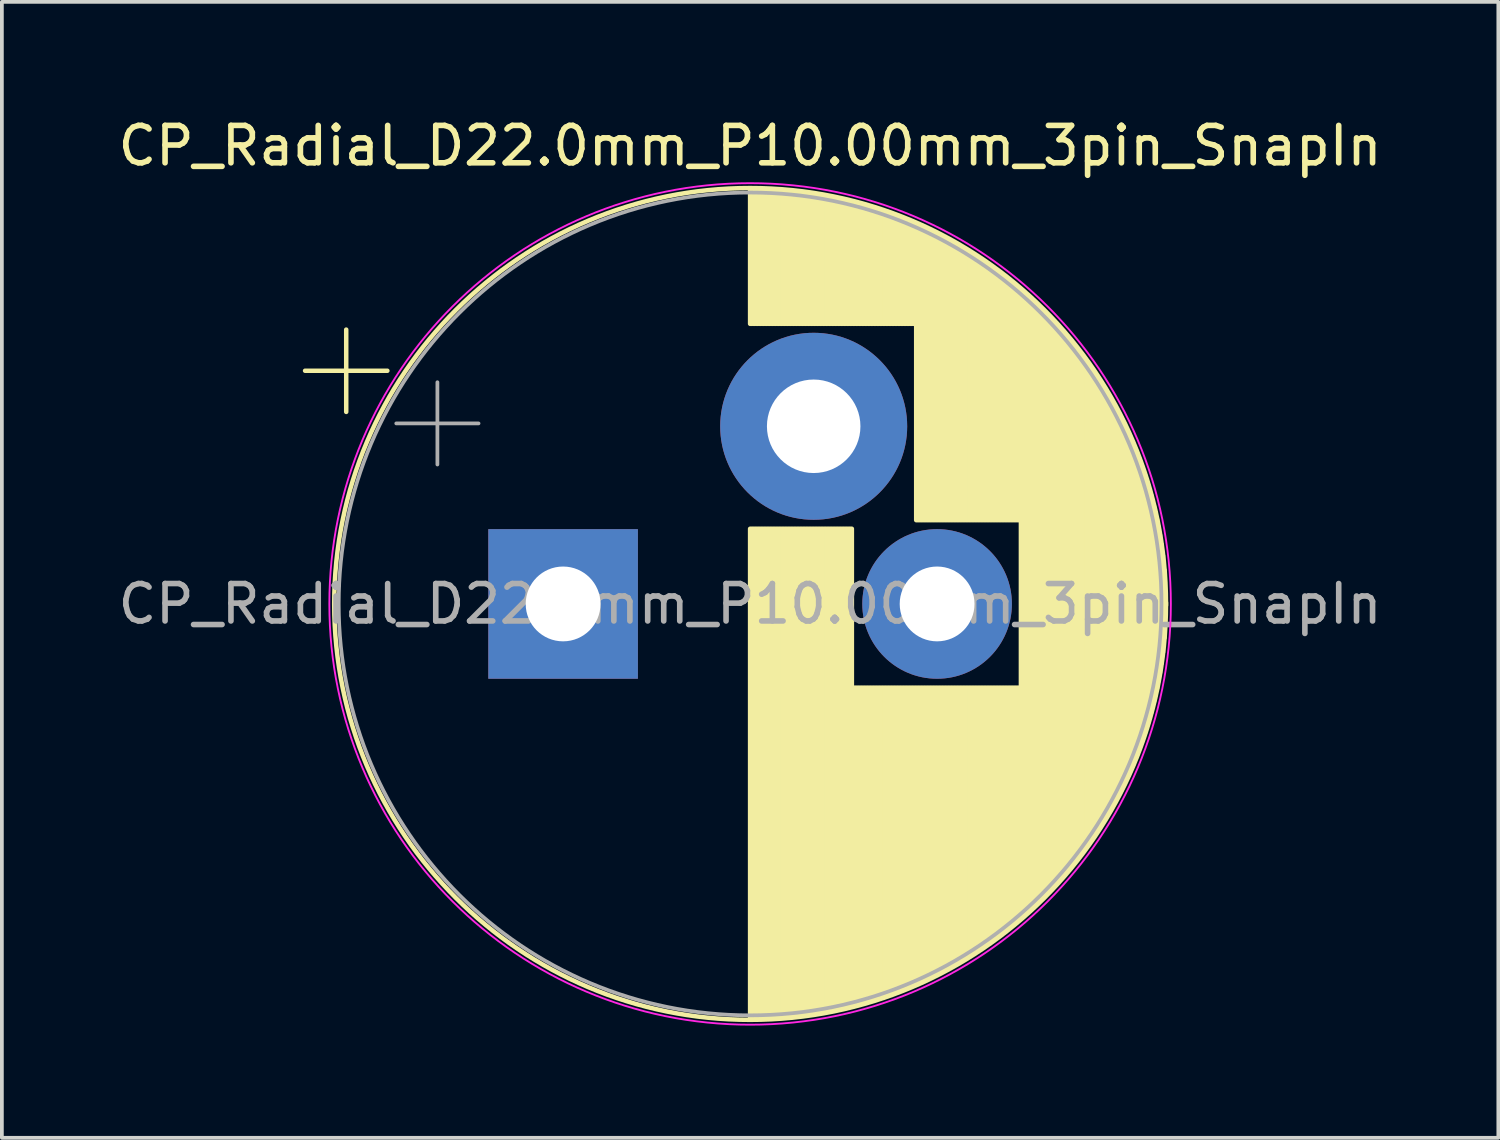
<source format=kicad_pcb>
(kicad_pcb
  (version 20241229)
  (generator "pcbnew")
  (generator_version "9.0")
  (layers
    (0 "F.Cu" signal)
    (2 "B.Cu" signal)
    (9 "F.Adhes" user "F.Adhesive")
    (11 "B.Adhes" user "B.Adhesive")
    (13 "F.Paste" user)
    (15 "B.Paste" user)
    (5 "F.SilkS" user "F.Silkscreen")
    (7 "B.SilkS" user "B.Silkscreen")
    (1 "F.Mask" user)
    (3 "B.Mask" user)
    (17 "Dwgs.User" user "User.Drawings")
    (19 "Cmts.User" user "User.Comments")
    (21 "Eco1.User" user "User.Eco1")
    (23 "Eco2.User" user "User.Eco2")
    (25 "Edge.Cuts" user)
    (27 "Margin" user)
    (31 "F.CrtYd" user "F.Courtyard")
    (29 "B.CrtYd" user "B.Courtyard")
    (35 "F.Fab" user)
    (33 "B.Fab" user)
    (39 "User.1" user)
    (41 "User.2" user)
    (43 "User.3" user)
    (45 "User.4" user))
  (footprint "CP_Radial_D22.0mm_P10.00mm_3pin_SnapIn"
    (layer "F.Cu")
    (at 12.006 13.098)
    (property "Reference" "CP_Radial_D22.0mm_P10.00mm_3pin_SnapIn" (at 5 -12.25 0) (layer "F.SilkS") (effects (font (size 1 1) (thickness 0.15))))
    (attr through_hole)
    (fp_line (start -6.899 -6.235) (end -4.699 -6.235) (stroke (width 0.12) (type solid)) (layer "F.SilkS"))
    (fp_line (start -5.799 -7.335) (end -5.799 -5.135) (stroke (width 0.12) (type solid)) (layer "F.SilkS"))
    (fp_line (start 5 -11.081) (end 5 -7.49) (stroke (width 0.12) (type solid)) (layer "F.SilkS"))
    (fp_line (start 5 -2.01) (end 5 11.081) (stroke (width 0.12) (type solid)) (layer "F.SilkS"))
    (fp_line (start 5.04 -11.08) (end 5.04 -7.49) (stroke (width 0.12) (type solid)) (layer "F.SilkS"))
    (fp_line (start 5.04 -2.01) (end 5.04 11.08) (stroke (width 0.12) (type solid)) (layer "F.SilkS"))
    (fp_line (start 5.08 -11.08) (end 5.08 -7.49) (stroke (width 0.12) (type solid)) (layer "F.SilkS"))
    (fp_line (start 5.08 -2.01) (end 5.08 11.08) (stroke (width 0.12) (type solid)) (layer "F.SilkS"))
    (fp_line (start 5.12 -11.08) (end 5.12 -7.49) (stroke (width 0.12) (type solid)) (layer "F.SilkS"))
    (fp_line (start 5.12 -2.01) (end 5.12 11.08) (stroke (width 0.12) (type solid)) (layer "F.SilkS"))
    (fp_line (start 5.16 -11.079) (end 5.16 -7.49) (stroke (width 0.12) (type solid)) (layer "F.SilkS"))
    (fp_line (start 5.16 -2.01) (end 5.16 11.079) (stroke (width 0.12) (type solid)) (layer "F.SilkS"))
    (fp_line (start 5.2 -11.079) (end 5.2 -7.49) (stroke (width 0.12) (type solid)) (layer "F.SilkS"))
    (fp_line (start 5.2 -2.01) (end 5.2 11.079) (stroke (width 0.12) (type solid)) (layer "F.SilkS"))
    (fp_line (start 5.24 -11.078) (end 5.24 -7.49) (stroke (width 0.12) (type solid)) (layer "F.SilkS"))
    (fp_line (start 5.24 -2.01) (end 5.24 11.078) (stroke (width 0.12) (type solid)) (layer "F.SilkS"))
    (fp_line (start 5.28 -11.077) (end 5.28 -7.49) (stroke (width 0.12) (type solid)) (layer "F.SilkS"))
    (fp_line (start 5.28 -2.01) (end 5.28 11.077) (stroke (width 0.12) (type solid)) (layer "F.SilkS"))
    (fp_line (start 5.32 -11.076) (end 5.32 -7.49) (stroke (width 0.12) (type solid)) (layer "F.SilkS"))
    (fp_line (start 5.32 -2.01) (end 5.32 11.076) (stroke (width 0.12) (type solid)) (layer "F.SilkS"))
    (fp_line (start 5.36 -11.075) (end 5.36 -7.49) (stroke (width 0.12) (type solid)) (layer "F.SilkS"))
    (fp_line (start 5.36 -2.01) (end 5.36 11.075) (stroke (width 0.12) (type solid)) (layer "F.SilkS"))
    (fp_line (start 5.4 -11.073) (end 5.4 -7.49) (stroke (width 0.12) (type solid)) (layer "F.SilkS"))
    (fp_line (start 5.4 -2.01) (end 5.4 11.073) (stroke (width 0.12) (type solid)) (layer "F.SilkS"))
    (fp_line (start 5.44 -11.072) (end 5.44 -7.49) (stroke (width 0.12) (type solid)) (layer "F.SilkS"))
    (fp_line (start 5.44 -2.01) (end 5.44 11.072) (stroke (width 0.12) (type solid)) (layer "F.SilkS"))
    (fp_line (start 5.48 -11.07) (end 5.48 -7.49) (stroke (width 0.12) (type solid)) (layer "F.SilkS"))
    (fp_line (start 5.48 -2.01) (end 5.48 11.07) (stroke (width 0.12) (type solid)) (layer "F.SilkS"))
    (fp_line (start 5.52 -11.068) (end 5.52 -7.49) (stroke (width 0.12) (type solid)) (layer "F.SilkS"))
    (fp_line (start 5.52 -2.01) (end 5.52 11.068) (stroke (width 0.12) (type solid)) (layer "F.SilkS"))
    (fp_line (start 5.56 -11.066) (end 5.56 -7.49) (stroke (width 0.12) (type solid)) (layer "F.SilkS"))
    (fp_line (start 5.56 -2.01) (end 5.56 11.066) (stroke (width 0.12) (type solid)) (layer "F.SilkS"))
    (fp_line (start 5.6 -11.064) (end 5.6 -7.49) (stroke (width 0.12) (type solid)) (layer "F.SilkS"))
    (fp_line (start 5.6 -2.01) (end 5.6 11.064) (stroke (width 0.12) (type solid)) (layer "F.SilkS"))
    (fp_line (start 5.64 -11.062) (end 5.64 -7.49) (stroke (width 0.12) (type solid)) (layer "F.SilkS"))
    (fp_line (start 5.64 -2.01) (end 5.64 11.062) (stroke (width 0.12) (type solid)) (layer "F.SilkS"))
    (fp_line (start 5.68 -11.06) (end 5.68 -7.49) (stroke (width 0.12) (type solid)) (layer "F.SilkS"))
    (fp_line (start 5.68 -2.01) (end 5.68 11.06) (stroke (width 0.12) (type solid)) (layer "F.SilkS"))
    (fp_line (start 5.721 -11.057) (end 5.721 -7.49) (stroke (width 0.12) (type solid)) (layer "F.SilkS"))
    (fp_line (start 5.721 -2.01) (end 5.721 11.057) (stroke (width 0.12) (type solid)) (layer "F.SilkS"))
    (fp_line (start 5.761 -11.054) (end 5.761 -7.49) (stroke (width 0.12) (type solid)) (layer "F.SilkS"))
    (fp_line (start 5.761 -2.01) (end 5.761 11.054) (stroke (width 0.12) (type solid)) (layer "F.SilkS"))
    (fp_line (start 5.801 -11.052) (end 5.801 -7.49) (stroke (width 0.12) (type solid)) (layer "F.SilkS"))
    (fp_line (start 5.801 -2.01) (end 5.801 11.052) (stroke (width 0.12) (type solid)) (layer "F.SilkS"))
    (fp_line (start 5.841 -11.049) (end 5.841 -7.49) (stroke (width 0.12) (type solid)) (layer "F.SilkS"))
    (fp_line (start 5.841 -2.01) (end 5.841 11.049) (stroke (width 0.12) (type solid)) (layer "F.SilkS"))
    (fp_line (start 5.881 -11.046) (end 5.881 -7.49) (stroke (width 0.12) (type solid)) (layer "F.SilkS"))
    (fp_line (start 5.881 -2.01) (end 5.881 11.046) (stroke (width 0.12) (type solid)) (layer "F.SilkS"))
    (fp_line (start 5.921 -11.042) (end 5.921 -7.49) (stroke (width 0.12) (type solid)) (layer "F.SilkS"))
    (fp_line (start 5.921 -2.01) (end 5.921 11.042) (stroke (width 0.12) (type solid)) (layer "F.SilkS"))
    (fp_line (start 5.961 -11.039) (end 5.961 -7.49) (stroke (width 0.12) (type solid)) (layer "F.SilkS"))
    (fp_line (start 5.961 -2.01) (end 5.961 11.039) (stroke (width 0.12) (type solid)) (layer "F.SilkS"))
    (fp_line (start 6.001 -11.035) (end 6.001 -7.49) (stroke (width 0.12) (type solid)) (layer "F.SilkS"))
    (fp_line (start 6.001 -2.01) (end 6.001 11.035) (stroke (width 0.12) (type solid)) (layer "F.SilkS"))
    (fp_line (start 6.041 -11.032) (end 6.041 -7.49) (stroke (width 0.12) (type solid)) (layer "F.SilkS"))
    (fp_line (start 6.041 -2.01) (end 6.041 11.032) (stroke (width 0.12) (type solid)) (layer "F.SilkS"))
    (fp_line (start 6.081 -11.028) (end 6.081 -7.49) (stroke (width 0.12) (type solid)) (layer "F.SilkS"))
    (fp_line (start 6.081 -2.01) (end 6.081 11.028) (stroke (width 0.12) (type solid)) (layer "F.SilkS"))
    (fp_line (start 6.121 -11.024) (end 6.121 -7.49) (stroke (width 0.12) (type solid)) (layer "F.SilkS"))
    (fp_line (start 6.121 -2.01) (end 6.121 11.024) (stroke (width 0.12) (type solid)) (layer "F.SilkS"))
    (fp_line (start 6.161 -11.02) (end 6.161 -7.49) (stroke (width 0.12) (type solid)) (layer "F.SilkS"))
    (fp_line (start 6.161 -2.01) (end 6.161 11.02) (stroke (width 0.12) (type solid)) (layer "F.SilkS"))
    (fp_line (start 6.201 -11.016) (end 6.201 -7.49) (stroke (width 0.12) (type solid)) (layer "F.SilkS"))
    (fp_line (start 6.201 -2.01) (end 6.201 11.016) (stroke (width 0.12) (type solid)) (layer "F.SilkS"))
    (fp_line (start 6.241 -11.011) (end 6.241 -7.49) (stroke (width 0.12) (type solid)) (layer "F.SilkS"))
    (fp_line (start 6.241 -2.01) (end 6.241 11.011) (stroke (width 0.12) (type solid)) (layer "F.SilkS"))
    (fp_line (start 6.281 -11.007) (end 6.281 -7.49) (stroke (width 0.12) (type solid)) (layer "F.SilkS"))
    (fp_line (start 6.281 -2.01) (end 6.281 11.007) (stroke (width 0.12) (type solid)) (layer "F.SilkS"))
    (fp_line (start 6.321 -11.002) (end 6.321 -7.49) (stroke (width 0.12) (type solid)) (layer "F.SilkS"))
    (fp_line (start 6.321 -2.01) (end 6.321 11.002) (stroke (width 0.12) (type solid)) (layer "F.SilkS"))
    (fp_line (start 6.361 -10.997) (end 6.361 -7.49) (stroke (width 0.12) (type solid)) (layer "F.SilkS"))
    (fp_line (start 6.361 -2.01) (end 6.361 10.997) (stroke (width 0.12) (type solid)) (layer "F.SilkS"))
    (fp_line (start 6.401 -10.992) (end 6.401 -7.49) (stroke (width 0.12) (type solid)) (layer "F.SilkS"))
    (fp_line (start 6.401 -2.01) (end 6.401 10.992) (stroke (width 0.12) (type solid)) (layer "F.SilkS"))
    (fp_line (start 6.441 -10.987) (end 6.441 -7.49) (stroke (width 0.12) (type solid)) (layer "F.SilkS"))
    (fp_line (start 6.441 -2.01) (end 6.441 10.987) (stroke (width 0.12) (type solid)) (layer "F.SilkS"))
    (fp_line (start 6.481 -10.982) (end 6.481 -7.49) (stroke (width 0.12) (type solid)) (layer "F.SilkS"))
    (fp_line (start 6.481 -2.01) (end 6.481 10.982) (stroke (width 0.12) (type solid)) (layer "F.SilkS"))
    (fp_line (start 6.521 -10.976) (end 6.521 -7.49) (stroke (width 0.12) (type solid)) (layer "F.SilkS"))
    (fp_line (start 6.521 -2.01) (end 6.521 10.976) (stroke (width 0.12) (type solid)) (layer "F.SilkS"))
    (fp_line (start 6.561 -10.971) (end 6.561 -7.49) (stroke (width 0.12) (type solid)) (layer "F.SilkS"))
    (fp_line (start 6.561 -2.01) (end 6.561 10.971) (stroke (width 0.12) (type solid)) (layer "F.SilkS"))
    (fp_line (start 6.601 -10.965) (end 6.601 -7.49) (stroke (width 0.12) (type solid)) (layer "F.SilkS"))
    (fp_line (start 6.601 -2.01) (end 6.601 10.965) (stroke (width 0.12) (type solid)) (layer "F.SilkS"))
    (fp_line (start 6.641 -10.959) (end 6.641 -7.49) (stroke (width 0.12) (type solid)) (layer "F.SilkS"))
    (fp_line (start 6.641 -2.01) (end 6.641 10.959) (stroke (width 0.12) (type solid)) (layer "F.SilkS"))
    (fp_line (start 6.681 -10.953) (end 6.681 -7.49) (stroke (width 0.12) (type solid)) (layer "F.SilkS"))
    (fp_line (start 6.681 -2.01) (end 6.681 10.953) (stroke (width 0.12) (type solid)) (layer "F.SilkS"))
    (fp_line (start 6.721 -10.947) (end 6.721 -7.49) (stroke (width 0.12) (type solid)) (layer "F.SilkS"))
    (fp_line (start 6.721 -2.01) (end 6.721 10.947) (stroke (width 0.12) (type solid)) (layer "F.SilkS"))
    (fp_line (start 6.761 -10.94) (end 6.761 -7.49) (stroke (width 0.12) (type solid)) (layer "F.SilkS"))
    (fp_line (start 6.761 -2.01) (end 6.761 10.94) (stroke (width 0.12) (type solid)) (layer "F.SilkS"))
    (fp_line (start 6.801 -10.934) (end 6.801 -7.49) (stroke (width 0.12) (type solid)) (layer "F.SilkS"))
    (fp_line (start 6.801 -2.01) (end 6.801 10.934) (stroke (width 0.12) (type solid)) (layer "F.SilkS"))
    (fp_line (start 6.841 -10.927) (end 6.841 -7.49) (stroke (width 0.12) (type solid)) (layer "F.SilkS"))
    (fp_line (start 6.841 -2.01) (end 6.841 10.927) (stroke (width 0.12) (type solid)) (layer "F.SilkS"))
    (fp_line (start 6.881 -10.92) (end 6.881 -7.49) (stroke (width 0.12) (type solid)) (layer "F.SilkS"))
    (fp_line (start 6.881 -2.01) (end 6.881 10.92) (stroke (width 0.12) (type solid)) (layer "F.SilkS"))
    (fp_line (start 6.921 -10.913) (end 6.921 -7.49) (stroke (width 0.12) (type solid)) (layer "F.SilkS"))
    (fp_line (start 6.921 -2.01) (end 6.921 10.913) (stroke (width 0.12) (type solid)) (layer "F.SilkS"))
    (fp_line (start 6.961 -10.906) (end 6.961 -7.49) (stroke (width 0.12) (type solid)) (layer "F.SilkS"))
    (fp_line (start 6.961 -2.01) (end 6.961 10.906) (stroke (width 0.12) (type solid)) (layer "F.SilkS"))
    (fp_line (start 7.001 -10.899) (end 7.001 -7.49) (stroke (width 0.12) (type solid)) (layer "F.SilkS"))
    (fp_line (start 7.001 -2.01) (end 7.001 10.899) (stroke (width 0.12) (type solid)) (layer "F.SilkS"))
    (fp_line (start 7.041 -10.892) (end 7.041 -7.49) (stroke (width 0.12) (type solid)) (layer "F.SilkS"))
    (fp_line (start 7.041 -2.01) (end 7.041 10.892) (stroke (width 0.12) (type solid)) (layer "F.SilkS"))
    (fp_line (start 7.081 -10.884) (end 7.081 -7.49) (stroke (width 0.12) (type solid)) (layer "F.SilkS"))
    (fp_line (start 7.081 -2.01) (end 7.081 10.884) (stroke (width 0.12) (type solid)) (layer "F.SilkS"))
    (fp_line (start 7.121 -10.877) (end 7.121 -7.49) (stroke (width 0.12) (type solid)) (layer "F.SilkS"))
    (fp_line (start 7.121 -2.01) (end 7.121 10.877) (stroke (width 0.12) (type solid)) (layer "F.SilkS"))
    (fp_line (start 7.161 -10.869) (end 7.161 -7.49) (stroke (width 0.12) (type solid)) (layer "F.SilkS"))
    (fp_line (start 7.161 -2.01) (end 7.161 10.869) (stroke (width 0.12) (type solid)) (layer "F.SilkS"))
    (fp_line (start 7.201 -10.861) (end 7.201 -7.49) (stroke (width 0.12) (type solid)) (layer "F.SilkS"))
    (fp_line (start 7.201 -2.01) (end 7.201 10.861) (stroke (width 0.12) (type solid)) (layer "F.SilkS"))
    (fp_line (start 7.241 -10.853) (end 7.241 -7.49) (stroke (width 0.12) (type solid)) (layer "F.SilkS"))
    (fp_line (start 7.241 -2.01) (end 7.241 10.853) (stroke (width 0.12) (type solid)) (layer "F.SilkS"))
    (fp_line (start 7.281 -10.844) (end 7.281 -7.49) (stroke (width 0.12) (type solid)) (layer "F.SilkS"))
    (fp_line (start 7.281 -2.01) (end 7.281 10.844) (stroke (width 0.12) (type solid)) (layer "F.SilkS"))
    (fp_line (start 7.321 -10.836) (end 7.321 -7.49) (stroke (width 0.12) (type solid)) (layer "F.SilkS"))
    (fp_line (start 7.321 -2.01) (end 7.321 10.836) (stroke (width 0.12) (type solid)) (layer "F.SilkS"))
    (fp_line (start 7.361 -10.827) (end 7.361 -7.49) (stroke (width 0.12) (type solid)) (layer "F.SilkS"))
    (fp_line (start 7.361 -2.01) (end 7.361 10.827) (stroke (width 0.12) (type solid)) (layer "F.SilkS"))
    (fp_line (start 7.401 -10.818) (end 7.401 -7.49) (stroke (width 0.12) (type solid)) (layer "F.SilkS"))
    (fp_line (start 7.401 -2.01) (end 7.401 10.818) (stroke (width 0.12) (type solid)) (layer "F.SilkS"))
    (fp_line (start 7.441 -10.809) (end 7.441 -7.49) (stroke (width 0.12) (type solid)) (layer "F.SilkS"))
    (fp_line (start 7.441 -2.01) (end 7.441 10.809) (stroke (width 0.12) (type solid)) (layer "F.SilkS"))
    (fp_line (start 7.481 -10.8) (end 7.481 -7.49) (stroke (width 0.12) (type solid)) (layer "F.SilkS"))
    (fp_line (start 7.481 -2.01) (end 7.481 10.8) (stroke (width 0.12) (type solid)) (layer "F.SilkS"))
    (fp_line (start 7.521 -10.791) (end 7.521 -7.49) (stroke (width 0.12) (type solid)) (layer "F.SilkS"))
    (fp_line (start 7.521 -2.01) (end 7.521 10.791) (stroke (width 0.12) (type solid)) (layer "F.SilkS"))
    (fp_line (start 7.561 -10.782) (end 7.561 -7.49) (stroke (width 0.12) (type solid)) (layer "F.SilkS"))
    (fp_line (start 7.561 -2.01) (end 7.561 10.782) (stroke (width 0.12) (type solid)) (layer "F.SilkS"))
    (fp_line (start 7.601 -10.772) (end 7.601 -7.49) (stroke (width 0.12) (type solid)) (layer "F.SilkS"))
    (fp_line (start 7.601 -2.01) (end 7.601 10.772) (stroke (width 0.12) (type solid)) (layer "F.SilkS"))
    (fp_line (start 7.641 -10.763) (end 7.641 -7.49) (stroke (width 0.12) (type solid)) (layer "F.SilkS"))
    (fp_line (start 7.641 -2.01) (end 7.641 10.763) (stroke (width 0.12) (type solid)) (layer "F.SilkS"))
    (fp_line (start 7.681 -10.753) (end 7.681 -7.49) (stroke (width 0.12) (type solid)) (layer "F.SilkS"))
    (fp_line (start 7.681 -2.01) (end 7.681 10.753) (stroke (width 0.12) (type solid)) (layer "F.SilkS"))
    (fp_line (start 7.721 -10.743) (end 7.721 -7.49) (stroke (width 0.12) (type solid)) (layer "F.SilkS"))
    (fp_line (start 7.721 -2.01) (end 7.721 10.743) (stroke (width 0.12) (type solid)) (layer "F.SilkS"))
    (fp_line (start 7.761 -10.733) (end 7.761 -7.49) (stroke (width 0.12) (type solid)) (layer "F.SilkS"))
    (fp_line (start 7.761 2.24) (end 7.761 10.733) (stroke (width 0.12) (type solid)) (layer "F.SilkS"))
    (fp_line (start 7.801 -10.722) (end 7.801 -7.49) (stroke (width 0.12) (type solid)) (layer "F.SilkS"))
    (fp_line (start 7.801 2.24) (end 7.801 10.722) (stroke (width 0.12) (type solid)) (layer "F.SilkS"))
    (fp_line (start 7.841 -10.712) (end 7.841 -7.49) (stroke (width 0.12) (type solid)) (layer "F.SilkS"))
    (fp_line (start 7.841 2.24) (end 7.841 10.712) (stroke (width 0.12) (type solid)) (layer "F.SilkS"))
    (fp_line (start 7.881 -10.701) (end 7.881 -7.49) (stroke (width 0.12) (type solid)) (layer "F.SilkS"))
    (fp_line (start 7.881 2.24) (end 7.881 10.701) (stroke (width 0.12) (type solid)) (layer "F.SilkS"))
    (fp_line (start 7.921 -10.69) (end 7.921 -7.49) (stroke (width 0.12) (type solid)) (layer "F.SilkS"))
    (fp_line (start 7.921 2.24) (end 7.921 10.69) (stroke (width 0.12) (type solid)) (layer "F.SilkS"))
    (fp_line (start 7.961 -10.679) (end 7.961 -7.49) (stroke (width 0.12) (type solid)) (layer "F.SilkS"))
    (fp_line (start 7.961 2.24) (end 7.961 10.679) (stroke (width 0.12) (type solid)) (layer "F.SilkS"))
    (fp_line (start 8.001 -10.668) (end 8.001 -7.49) (stroke (width 0.12) (type solid)) (layer "F.SilkS"))
    (fp_line (start 8.001 2.24) (end 8.001 10.668) (stroke (width 0.12) (type solid)) (layer "F.SilkS"))
    (fp_line (start 8.041 -10.657) (end 8.041 -7.49) (stroke (width 0.12) (type solid)) (layer "F.SilkS"))
    (fp_line (start 8.041 2.24) (end 8.041 10.657) (stroke (width 0.12) (type solid)) (layer "F.SilkS"))
    (fp_line (start 8.081 -10.645) (end 8.081 -7.49) (stroke (width 0.12) (type solid)) (layer "F.SilkS"))
    (fp_line (start 8.081 2.24) (end 8.081 10.645) (stroke (width 0.12) (type solid)) (layer "F.SilkS"))
    (fp_line (start 8.121 -10.634) (end 8.121 -7.49) (stroke (width 0.12) (type solid)) (layer "F.SilkS"))
    (fp_line (start 8.121 2.24) (end 8.121 10.634) (stroke (width 0.12) (type solid)) (layer "F.SilkS"))
    (fp_line (start 8.161 -10.622) (end 8.161 -7.49) (stroke (width 0.12) (type solid)) (layer "F.SilkS"))
    (fp_line (start 8.161 2.24) (end 8.161 10.622) (stroke (width 0.12) (type solid)) (layer "F.SilkS"))
    (fp_line (start 8.201 -10.61) (end 8.201 -7.49) (stroke (width 0.12) (type solid)) (layer "F.SilkS"))
    (fp_line (start 8.201 2.24) (end 8.201 10.61) (stroke (width 0.12) (type solid)) (layer "F.SilkS"))
    (fp_line (start 8.241 -10.598) (end 8.241 -7.49) (stroke (width 0.12) (type solid)) (layer "F.SilkS"))
    (fp_line (start 8.241 2.24) (end 8.241 10.598) (stroke (width 0.12) (type solid)) (layer "F.SilkS"))
    (fp_line (start 8.281 -10.586) (end 8.281 -7.49) (stroke (width 0.12) (type solid)) (layer "F.SilkS"))
    (fp_line (start 8.281 2.24) (end 8.281 10.586) (stroke (width 0.12) (type solid)) (layer "F.SilkS"))
    (fp_line (start 8.321 -10.573) (end 8.321 -7.49) (stroke (width 0.12) (type solid)) (layer "F.SilkS"))
    (fp_line (start 8.321 2.24) (end 8.321 10.573) (stroke (width 0.12) (type solid)) (layer "F.SilkS"))
    (fp_line (start 8.361 -10.561) (end 8.361 -7.49) (stroke (width 0.12) (type solid)) (layer "F.SilkS"))
    (fp_line (start 8.361 2.24) (end 8.361 10.561) (stroke (width 0.12) (type solid)) (layer "F.SilkS"))
    (fp_line (start 8.401 -10.548) (end 8.401 -7.49) (stroke (width 0.12) (type solid)) (layer "F.SilkS"))
    (fp_line (start 8.401 2.24) (end 8.401 10.548) (stroke (width 0.12) (type solid)) (layer "F.SilkS"))
    (fp_line (start 8.441 -10.535) (end 8.441 -7.49) (stroke (width 0.12) (type solid)) (layer "F.SilkS"))
    (fp_line (start 8.441 2.24) (end 8.441 10.535) (stroke (width 0.12) (type solid)) (layer "F.SilkS"))
    (fp_line (start 8.481 -10.522) (end 8.481 -7.49) (stroke (width 0.12) (type solid)) (layer "F.SilkS"))
    (fp_line (start 8.481 2.24) (end 8.481 10.522) (stroke (width 0.12) (type solid)) (layer "F.SilkS"))
    (fp_line (start 8.521 -10.509) (end 8.521 -7.49) (stroke (width 0.12) (type solid)) (layer "F.SilkS"))
    (fp_line (start 8.521 2.24) (end 8.521 10.509) (stroke (width 0.12) (type solid)) (layer "F.SilkS"))
    (fp_line (start 8.561 -10.495) (end 8.561 -7.49) (stroke (width 0.12) (type solid)) (layer "F.SilkS"))
    (fp_line (start 8.561 2.24) (end 8.561 10.495) (stroke (width 0.12) (type solid)) (layer "F.SilkS"))
    (fp_line (start 8.601 -10.482) (end 8.601 -7.49) (stroke (width 0.12) (type solid)) (layer "F.SilkS"))
    (fp_line (start 8.601 2.24) (end 8.601 10.482) (stroke (width 0.12) (type solid)) (layer "F.SilkS"))
    (fp_line (start 8.641 -10.468) (end 8.641 -7.49) (stroke (width 0.12) (type solid)) (layer "F.SilkS"))
    (fp_line (start 8.641 2.24) (end 8.641 10.468) (stroke (width 0.12) (type solid)) (layer "F.SilkS"))
    (fp_line (start 8.681 -10.454) (end 8.681 -7.49) (stroke (width 0.12) (type solid)) (layer "F.SilkS"))
    (fp_line (start 8.681 2.24) (end 8.681 10.454) (stroke (width 0.12) (type solid)) (layer "F.SilkS"))
    (fp_line (start 8.721 -10.44) (end 8.721 -7.49) (stroke (width 0.12) (type solid)) (layer "F.SilkS"))
    (fp_line (start 8.721 2.24) (end 8.721 10.44) (stroke (width 0.12) (type solid)) (layer "F.SilkS"))
    (fp_line (start 8.761 -10.426) (end 8.761 -7.49) (stroke (width 0.12) (type solid)) (layer "F.SilkS"))
    (fp_line (start 8.761 2.24) (end 8.761 10.426) (stroke (width 0.12) (type solid)) (layer "F.SilkS"))
    (fp_line (start 8.801 -10.411) (end 8.801 -7.49) (stroke (width 0.12) (type solid)) (layer "F.SilkS"))
    (fp_line (start 8.801 2.24) (end 8.801 10.411) (stroke (width 0.12) (type solid)) (layer "F.SilkS"))
    (fp_line (start 8.841 -10.396) (end 8.841 -7.49) (stroke (width 0.12) (type solid)) (layer "F.SilkS"))
    (fp_line (start 8.841 2.24) (end 8.841 10.396) (stroke (width 0.12) (type solid)) (layer "F.SilkS"))
    (fp_line (start 8.881 -10.382) (end 8.881 -7.49) (stroke (width 0.12) (type solid)) (layer "F.SilkS"))
    (fp_line (start 8.881 2.24) (end 8.881 10.382) (stroke (width 0.12) (type solid)) (layer "F.SilkS"))
    (fp_line (start 8.921 -10.367) (end 8.921 -7.49) (stroke (width 0.12) (type solid)) (layer "F.SilkS"))
    (fp_line (start 8.921 2.24) (end 8.921 10.367) (stroke (width 0.12) (type solid)) (layer "F.SilkS"))
    (fp_line (start 8.961 -10.351) (end 8.961 -7.49) (stroke (width 0.12) (type solid)) (layer "F.SilkS"))
    (fp_line (start 8.961 2.24) (end 8.961 10.351) (stroke (width 0.12) (type solid)) (layer "F.SilkS"))
    (fp_line (start 9.001 -10.336) (end 9.001 -7.49) (stroke (width 0.12) (type solid)) (layer "F.SilkS"))
    (fp_line (start 9.001 2.24) (end 9.001 10.336) (stroke (width 0.12) (type solid)) (layer "F.SilkS"))
    (fp_line (start 9.041 -10.321) (end 9.041 -7.49) (stroke (width 0.12) (type solid)) (layer "F.SilkS"))
    (fp_line (start 9.041 2.24) (end 9.041 10.321) (stroke (width 0.12) (type solid)) (layer "F.SilkS"))
    (fp_line (start 9.081 -10.305) (end 9.081 -7.49) (stroke (width 0.12) (type solid)) (layer "F.SilkS"))
    (fp_line (start 9.081 2.24) (end 9.081 10.305) (stroke (width 0.12) (type solid)) (layer "F.SilkS"))
    (fp_line (start 9.121 -10.289) (end 9.121 -7.49) (stroke (width 0.12) (type solid)) (layer "F.SilkS"))
    (fp_line (start 9.121 2.24) (end 9.121 10.289) (stroke (width 0.12) (type solid)) (layer "F.SilkS"))
    (fp_line (start 9.161 -10.273) (end 9.161 -7.49) (stroke (width 0.12) (type solid)) (layer "F.SilkS"))
    (fp_line (start 9.161 2.24) (end 9.161 10.273) (stroke (width 0.12) (type solid)) (layer "F.SilkS"))
    (fp_line (start 9.201 -10.257) (end 9.201 -7.49) (stroke (width 0.12) (type solid)) (layer "F.SilkS"))
    (fp_line (start 9.201 2.24) (end 9.201 10.257) (stroke (width 0.12) (type solid)) (layer "F.SilkS"))
    (fp_line (start 9.241 -10.24) (end 9.241 -7.49) (stroke (width 0.12) (type solid)) (layer "F.SilkS"))
    (fp_line (start 9.241 2.24) (end 9.241 10.24) (stroke (width 0.12) (type solid)) (layer "F.SilkS"))
    (fp_line (start 9.281 -10.224) (end 9.281 -7.49) (stroke (width 0.12) (type solid)) (layer "F.SilkS"))
    (fp_line (start 9.281 2.24) (end 9.281 10.224) (stroke (width 0.12) (type solid)) (layer "F.SilkS"))
    (fp_line (start 9.321 -10.207) (end 9.321 -7.49) (stroke (width 0.12) (type solid)) (layer "F.SilkS"))
    (fp_line (start 9.321 2.24) (end 9.321 10.207) (stroke (width 0.12) (type solid)) (layer "F.SilkS"))
    (fp_line (start 9.361 -10.19) (end 9.361 -7.49) (stroke (width 0.12) (type solid)) (layer "F.SilkS"))
    (fp_line (start 9.361 2.24) (end 9.361 10.19) (stroke (width 0.12) (type solid)) (layer "F.SilkS"))
    (fp_line (start 9.401 -10.173) (end 9.401 -7.49) (stroke (width 0.12) (type solid)) (layer "F.SilkS"))
    (fp_line (start 9.401 2.24) (end 9.401 10.173) (stroke (width 0.12) (type solid)) (layer "F.SilkS"))
    (fp_line (start 9.441 -10.156) (end 9.441 -2.24) (stroke (width 0.12) (type solid)) (layer "F.SilkS"))
    (fp_line (start 9.441 2.24) (end 9.441 10.156) (stroke (width 0.12) (type solid)) (layer "F.SilkS"))
    (fp_line (start 9.481 -10.138) (end 9.481 -2.24) (stroke (width 0.12) (type solid)) (layer "F.SilkS"))
    (fp_line (start 9.481 2.24) (end 9.481 10.138) (stroke (width 0.12) (type solid)) (layer "F.SilkS"))
    (fp_line (start 9.521 -10.12) (end 9.521 -2.24) (stroke (width 0.12) (type solid)) (layer "F.SilkS"))
    (fp_line (start 9.521 2.24) (end 9.521 10.12) (stroke (width 0.12) (type solid)) (layer "F.SilkS"))
    (fp_line (start 9.561 -10.103) (end 9.561 -2.24) (stroke (width 0.12) (type solid)) (layer "F.SilkS"))
    (fp_line (start 9.561 2.24) (end 9.561 10.103) (stroke (width 0.12) (type solid)) (layer "F.SilkS"))
    (fp_line (start 9.601 -10.084) (end 9.601 -2.24) (stroke (width 0.12) (type solid)) (layer "F.SilkS"))
    (fp_line (start 9.601 2.24) (end 9.601 10.084) (stroke (width 0.12) (type solid)) (layer "F.SilkS"))
    (fp_line (start 9.641 -10.066) (end 9.641 -2.24) (stroke (width 0.12) (type solid)) (layer "F.SilkS"))
    (fp_line (start 9.641 2.24) (end 9.641 10.066) (stroke (width 0.12) (type solid)) (layer "F.SilkS"))
    (fp_line (start 9.681 -10.048) (end 9.681 -2.24) (stroke (width 0.12) (type solid)) (layer "F.SilkS"))
    (fp_line (start 9.681 2.24) (end 9.681 10.048) (stroke (width 0.12) (type solid)) (layer "F.SilkS"))
    (fp_line (start 9.721 -10.029) (end 9.721 -2.24) (stroke (width 0.12) (type solid)) (layer "F.SilkS"))
    (fp_line (start 9.721 2.24) (end 9.721 10.029) (stroke (width 0.12) (type solid)) (layer "F.SilkS"))
    (fp_line (start 9.761 -10.01) (end 9.761 -2.24) (stroke (width 0.12) (type solid)) (layer "F.SilkS"))
    (fp_line (start 9.761 2.24) (end 9.761 10.01) (stroke (width 0.12) (type solid)) (layer "F.SilkS"))
    (fp_line (start 9.801 -9.991) (end 9.801 -2.24) (stroke (width 0.12) (type solid)) (layer "F.SilkS"))
    (fp_line (start 9.801 2.24) (end 9.801 9.991) (stroke (width 0.12) (type solid)) (layer "F.SilkS"))
    (fp_line (start 9.841 -9.972) (end 9.841 -2.24) (stroke (width 0.12) (type solid)) (layer "F.SilkS"))
    (fp_line (start 9.841 2.24) (end 9.841 9.972) (stroke (width 0.12) (type solid)) (layer "F.SilkS"))
    (fp_line (start 9.881 -9.952) (end 9.881 -2.24) (stroke (width 0.12) (type solid)) (layer "F.SilkS"))
    (fp_line (start 9.881 2.24) (end 9.881 9.952) (stroke (width 0.12) (type solid)) (layer "F.SilkS"))
    (fp_line (start 9.921 -9.933) (end 9.921 -2.24) (stroke (width 0.12) (type solid)) (layer "F.SilkS"))
    (fp_line (start 9.921 2.24) (end 9.921 9.933) (stroke (width 0.12) (type solid)) (layer "F.SilkS"))
    (fp_line (start 9.961 -9.913) (end 9.961 -2.24) (stroke (width 0.12) (type solid)) (layer "F.SilkS"))
    (fp_line (start 9.961 2.24) (end 9.961 9.913) (stroke (width 0.12) (type solid)) (layer "F.SilkS"))
    (fp_line (start 10.001 -9.893) (end 10.001 -2.24) (stroke (width 0.12) (type solid)) (layer "F.SilkS"))
    (fp_line (start 10.001 2.24) (end 10.001 9.893) (stroke (width 0.12) (type solid)) (layer "F.SilkS"))
    (fp_line (start 10.041 -9.873) (end 10.041 -2.24) (stroke (width 0.12) (type solid)) (layer "F.SilkS"))
    (fp_line (start 10.041 2.24) (end 10.041 9.873) (stroke (width 0.12) (type solid)) (layer "F.SilkS"))
    (fp_line (start 10.081 -9.852) (end 10.081 -2.24) (stroke (width 0.12) (type solid)) (layer "F.SilkS"))
    (fp_line (start 10.081 2.24) (end 10.081 9.852) (stroke (width 0.12) (type solid)) (layer "F.SilkS"))
    (fp_line (start 10.121 -9.832) (end 10.121 -2.24) (stroke (width 0.12) (type solid)) (layer "F.SilkS"))
    (fp_line (start 10.121 2.24) (end 10.121 9.832) (stroke (width 0.12) (type solid)) (layer "F.SilkS"))
    (fp_line (start 10.161 -9.811) (end 10.161 -2.24) (stroke (width 0.12) (type solid)) (layer "F.SilkS"))
    (fp_line (start 10.161 2.24) (end 10.161 9.811) (stroke (width 0.12) (type solid)) (layer "F.SilkS"))
    (fp_line (start 10.201 -9.79) (end 10.201 -2.24) (stroke (width 0.12) (type solid)) (layer "F.SilkS"))
    (fp_line (start 10.201 2.24) (end 10.201 9.79) (stroke (width 0.12) (type solid)) (layer "F.SilkS"))
    (fp_line (start 10.241 -9.768) (end 10.241 -2.24) (stroke (width 0.12) (type solid)) (layer "F.SilkS"))
    (fp_line (start 10.241 2.24) (end 10.241 9.768) (stroke (width 0.12) (type solid)) (layer "F.SilkS"))
    (fp_line (start 10.281 -9.747) (end 10.281 -2.24) (stroke (width 0.12) (type solid)) (layer "F.SilkS"))
    (fp_line (start 10.281 2.24) (end 10.281 9.747) (stroke (width 0.12) (type solid)) (layer "F.SilkS"))
    (fp_line (start 10.321 -9.725) (end 10.321 -2.24) (stroke (width 0.12) (type solid)) (layer "F.SilkS"))
    (fp_line (start 10.321 2.24) (end 10.321 9.725) (stroke (width 0.12) (type solid)) (layer "F.SilkS"))
    (fp_line (start 10.361 -9.703) (end 10.361 -2.24) (stroke (width 0.12) (type solid)) (layer "F.SilkS"))
    (fp_line (start 10.361 2.24) (end 10.361 9.703) (stroke (width 0.12) (type solid)) (layer "F.SilkS"))
    (fp_line (start 10.401 -9.681) (end 10.401 -2.24) (stroke (width 0.12) (type solid)) (layer "F.SilkS"))
    (fp_line (start 10.401 2.24) (end 10.401 9.681) (stroke (width 0.12) (type solid)) (layer "F.SilkS"))
    (fp_line (start 10.441 -9.659) (end 10.441 -2.24) (stroke (width 0.12) (type solid)) (layer "F.SilkS"))
    (fp_line (start 10.441 2.24) (end 10.441 9.659) (stroke (width 0.12) (type solid)) (layer "F.SilkS"))
    (fp_line (start 10.481 -9.636) (end 10.481 -2.24) (stroke (width 0.12) (type solid)) (layer "F.SilkS"))
    (fp_line (start 10.481 2.24) (end 10.481 9.636) (stroke (width 0.12) (type solid)) (layer "F.SilkS"))
    (fp_line (start 10.521 -9.614) (end 10.521 -2.24) (stroke (width 0.12) (type solid)) (layer "F.SilkS"))
    (fp_line (start 10.521 2.24) (end 10.521 9.614) (stroke (width 0.12) (type solid)) (layer "F.SilkS"))
    (fp_line (start 10.561 -9.591) (end 10.561 -2.24) (stroke (width 0.12) (type solid)) (layer "F.SilkS"))
    (fp_line (start 10.561 2.24) (end 10.561 9.591) (stroke (width 0.12) (type solid)) (layer "F.SilkS"))
    (fp_line (start 10.601 -9.567) (end 10.601 -2.24) (stroke (width 0.12) (type solid)) (layer "F.SilkS"))
    (fp_line (start 10.601 2.24) (end 10.601 9.567) (stroke (width 0.12) (type solid)) (layer "F.SilkS"))
    (fp_line (start 10.641 -9.544) (end 10.641 -2.24) (stroke (width 0.12) (type solid)) (layer "F.SilkS"))
    (fp_line (start 10.641 2.24) (end 10.641 9.544) (stroke (width 0.12) (type solid)) (layer "F.SilkS"))
    (fp_line (start 10.681 -9.52) (end 10.681 -2.24) (stroke (width 0.12) (type solid)) (layer "F.SilkS"))
    (fp_line (start 10.681 2.24) (end 10.681 9.52) (stroke (width 0.12) (type solid)) (layer "F.SilkS"))
    (fp_line (start 10.721 -9.497) (end 10.721 -2.24) (stroke (width 0.12) (type solid)) (layer "F.SilkS"))
    (fp_line (start 10.721 2.24) (end 10.721 9.497) (stroke (width 0.12) (type solid)) (layer "F.SilkS"))
    (fp_line (start 10.761 -9.472) (end 10.761 -2.24) (stroke (width 0.12) (type solid)) (layer "F.SilkS"))
    (fp_line (start 10.761 2.24) (end 10.761 9.472) (stroke (width 0.12) (type solid)) (layer "F.SilkS"))
    (fp_line (start 10.801 -9.448) (end 10.801 -2.24) (stroke (width 0.12) (type solid)) (layer "F.SilkS"))
    (fp_line (start 10.801 2.24) (end 10.801 9.448) (stroke (width 0.12) (type solid)) (layer "F.SilkS"))
    (fp_line (start 10.841 -9.424) (end 10.841 -2.24) (stroke (width 0.12) (type solid)) (layer "F.SilkS"))
    (fp_line (start 10.841 2.24) (end 10.841 9.424) (stroke (width 0.12) (type solid)) (layer "F.SilkS"))
    (fp_line (start 10.881 -9.399) (end 10.881 -2.24) (stroke (width 0.12) (type solid)) (layer "F.SilkS"))
    (fp_line (start 10.881 2.24) (end 10.881 9.399) (stroke (width 0.12) (type solid)) (layer "F.SilkS"))
    (fp_line (start 10.921 -9.374) (end 10.921 -2.24) (stroke (width 0.12) (type solid)) (layer "F.SilkS"))
    (fp_line (start 10.921 2.24) (end 10.921 9.374) (stroke (width 0.12) (type solid)) (layer "F.SilkS"))
    (fp_line (start 10.961 -9.348) (end 10.961 -2.24) (stroke (width 0.12) (type solid)) (layer "F.SilkS"))
    (fp_line (start 10.961 2.24) (end 10.961 9.348) (stroke (width 0.12) (type solid)) (layer "F.SilkS"))
    (fp_line (start 11.001 -9.323) (end 11.001 -2.24) (stroke (width 0.12) (type solid)) (layer "F.SilkS"))
    (fp_line (start 11.001 2.24) (end 11.001 9.323) (stroke (width 0.12) (type solid)) (layer "F.SilkS"))
    (fp_line (start 11.041 -9.297) (end 11.041 -2.24) (stroke (width 0.12) (type solid)) (layer "F.SilkS"))
    (fp_line (start 11.041 2.24) (end 11.041 9.297) (stroke (width 0.12) (type solid)) (layer "F.SilkS"))
    (fp_line (start 11.081 -9.271) (end 11.081 -2.24) (stroke (width 0.12) (type solid)) (layer "F.SilkS"))
    (fp_line (start 11.081 2.24) (end 11.081 9.271) (stroke (width 0.12) (type solid)) (layer "F.SilkS"))
    (fp_line (start 11.121 -9.245) (end 11.121 -2.24) (stroke (width 0.12) (type solid)) (layer "F.SilkS"))
    (fp_line (start 11.121 2.24) (end 11.121 9.245) (stroke (width 0.12) (type solid)) (layer "F.SilkS"))
    (fp_line (start 11.161 -9.218) (end 11.161 -2.24) (stroke (width 0.12) (type solid)) (layer "F.SilkS"))
    (fp_line (start 11.161 2.24) (end 11.161 9.218) (stroke (width 0.12) (type solid)) (layer "F.SilkS"))
    (fp_line (start 11.201 -9.192) (end 11.201 -2.24) (stroke (width 0.12) (type solid)) (layer "F.SilkS"))
    (fp_line (start 11.201 2.24) (end 11.201 9.192) (stroke (width 0.12) (type solid)) (layer "F.SilkS"))
    (fp_line (start 11.241 -9.165) (end 11.241 -2.24) (stroke (width 0.12) (type solid)) (layer "F.SilkS"))
    (fp_line (start 11.241 2.24) (end 11.241 9.165) (stroke (width 0.12) (type solid)) (layer "F.SilkS"))
    (fp_line (start 11.281 -9.137) (end 11.281 -2.24) (stroke (width 0.12) (type solid)) (layer "F.SilkS"))
    (fp_line (start 11.281 2.24) (end 11.281 9.137) (stroke (width 0.12) (type solid)) (layer "F.SilkS"))
    (fp_line (start 11.321 -9.11) (end 11.321 -2.24) (stroke (width 0.12) (type solid)) (layer "F.SilkS"))
    (fp_line (start 11.321 2.24) (end 11.321 9.11) (stroke (width 0.12) (type solid)) (layer "F.SilkS"))
    (fp_line (start 11.361 -9.082) (end 11.361 -2.24) (stroke (width 0.12) (type solid)) (layer "F.SilkS"))
    (fp_line (start 11.361 2.24) (end 11.361 9.082) (stroke (width 0.12) (type solid)) (layer "F.SilkS"))
    (fp_line (start 11.401 -9.054) (end 11.401 -2.24) (stroke (width 0.12) (type solid)) (layer "F.SilkS"))
    (fp_line (start 11.401 2.24) (end 11.401 9.054) (stroke (width 0.12) (type solid)) (layer "F.SilkS"))
    (fp_line (start 11.441 -9.026) (end 11.441 -2.24) (stroke (width 0.12) (type solid)) (layer "F.SilkS"))
    (fp_line (start 11.441 2.24) (end 11.441 9.026) (stroke (width 0.12) (type solid)) (layer "F.SilkS"))
    (fp_line (start 11.481 -8.997) (end 11.481 -2.24) (stroke (width 0.12) (type solid)) (layer "F.SilkS"))
    (fp_line (start 11.481 2.24) (end 11.481 8.997) (stroke (width 0.12) (type solid)) (layer "F.SilkS"))
    (fp_line (start 11.521 -8.968) (end 11.521 -2.24) (stroke (width 0.12) (type solid)) (layer "F.SilkS"))
    (fp_line (start 11.521 2.24) (end 11.521 8.968) (stroke (width 0.12) (type solid)) (layer "F.SilkS"))
    (fp_line (start 11.561 -8.939) (end 11.561 -2.24) (stroke (width 0.12) (type solid)) (layer "F.SilkS"))
    (fp_line (start 11.561 2.24) (end 11.561 8.939) (stroke (width 0.12) (type solid)) (layer "F.SilkS"))
    (fp_line (start 11.601 -8.91) (end 11.601 -2.24) (stroke (width 0.12) (type solid)) (layer "F.SilkS"))
    (fp_line (start 11.601 2.24) (end 11.601 8.91) (stroke (width 0.12) (type solid)) (layer "F.SilkS"))
    (fp_line (start 11.641 -8.88) (end 11.641 -2.24) (stroke (width 0.12) (type solid)) (layer "F.SilkS"))
    (fp_line (start 11.641 2.24) (end 11.641 8.88) (stroke (width 0.12) (type solid)) (layer "F.SilkS"))
    (fp_line (start 11.681 -8.85) (end 11.681 -2.24) (stroke (width 0.12) (type solid)) (layer "F.SilkS"))
    (fp_line (start 11.681 2.24) (end 11.681 8.85) (stroke (width 0.12) (type solid)) (layer "F.SilkS"))
    (fp_line (start 11.721 -8.82) (end 11.721 -2.24) (stroke (width 0.12) (type solid)) (layer "F.SilkS"))
    (fp_line (start 11.721 2.24) (end 11.721 8.82) (stroke (width 0.12) (type solid)) (layer "F.SilkS"))
    (fp_line (start 11.761 -8.79) (end 11.761 -2.24) (stroke (width 0.12) (type solid)) (layer "F.SilkS"))
    (fp_line (start 11.761 2.24) (end 11.761 8.79) (stroke (width 0.12) (type solid)) (layer "F.SilkS"))
    (fp_line (start 11.801 -8.759) (end 11.801 -2.24) (stroke (width 0.12) (type solid)) (layer "F.SilkS"))
    (fp_line (start 11.801 2.24) (end 11.801 8.759) (stroke (width 0.12) (type solid)) (layer "F.SilkS"))
    (fp_line (start 11.841 -8.728) (end 11.841 -2.24) (stroke (width 0.12) (type solid)) (layer "F.SilkS"))
    (fp_line (start 11.841 2.24) (end 11.841 8.728) (stroke (width 0.12) (type solid)) (layer "F.SilkS"))
    (fp_line (start 11.881 -8.697) (end 11.881 -2.24) (stroke (width 0.12) (type solid)) (layer "F.SilkS"))
    (fp_line (start 11.881 2.24) (end 11.881 8.697) (stroke (width 0.12) (type solid)) (layer "F.SilkS"))
    (fp_line (start 11.921 -8.665) (end 11.921 -2.24) (stroke (width 0.12) (type solid)) (layer "F.SilkS"))
    (fp_line (start 11.921 2.24) (end 11.921 8.665) (stroke (width 0.12) (type solid)) (layer "F.SilkS"))
    (fp_line (start 11.961 -8.633) (end 11.961 -2.24) (stroke (width 0.12) (type solid)) (layer "F.SilkS"))
    (fp_line (start 11.961 2.24) (end 11.961 8.633) (stroke (width 0.12) (type solid)) (layer "F.SilkS"))
    (fp_line (start 12.001 -8.601) (end 12.001 -2.24) (stroke (width 0.12) (type solid)) (layer "F.SilkS"))
    (fp_line (start 12.001 2.24) (end 12.001 8.601) (stroke (width 0.12) (type solid)) (layer "F.SilkS"))
    (fp_line (start 12.041 -8.568) (end 12.041 -2.24) (stroke (width 0.12) (type solid)) (layer "F.SilkS"))
    (fp_line (start 12.041 2.24) (end 12.041 8.568) (stroke (width 0.12) (type solid)) (layer "F.SilkS"))
    (fp_line (start 12.081 -8.535) (end 12.081 -2.24) (stroke (width 0.12) (type solid)) (layer "F.SilkS"))
    (fp_line (start 12.081 2.24) (end 12.081 8.535) (stroke (width 0.12) (type solid)) (layer "F.SilkS"))
    (fp_line (start 12.121 -8.502) (end 12.121 -2.24) (stroke (width 0.12) (type solid)) (layer "F.SilkS"))
    (fp_line (start 12.121 2.24) (end 12.121 8.502) (stroke (width 0.12) (type solid)) (layer "F.SilkS"))
    (fp_line (start 12.161 -8.469) (end 12.161 -2.24) (stroke (width 0.12) (type solid)) (layer "F.SilkS"))
    (fp_line (start 12.161 2.24) (end 12.161 8.469) (stroke (width 0.12) (type solid)) (layer "F.SilkS"))
    (fp_line (start 12.201 -8.435) (end 12.201 -2.24) (stroke (width 0.12) (type solid)) (layer "F.SilkS"))
    (fp_line (start 12.201 2.24) (end 12.201 8.435) (stroke (width 0.12) (type solid)) (layer "F.SilkS"))
    (fp_line (start 12.241 -8.401) (end 12.241 8.401) (stroke (width 0.12) (type solid)) (layer "F.SilkS"))
    (fp_line (start 12.281 -8.366) (end 12.281 8.366) (stroke (width 0.12) (type solid)) (layer "F.SilkS"))
    (fp_line (start 12.321 -8.331) (end 12.321 8.331) (stroke (width 0.12) (type solid)) (layer "F.SilkS"))
    (fp_line (start 12.361 -8.296) (end 12.361 8.296) (stroke (width 0.12) (type solid)) (layer "F.SilkS"))
    (fp_line (start 12.401 -8.261) (end 12.401 8.261) (stroke (width 0.12) (type solid)) (layer "F.SilkS"))
    (fp_line (start 12.441 -8.225) (end 12.441 8.225) (stroke (width 0.12) (type solid)) (layer "F.SilkS"))
    (fp_line (start 12.481 -8.189) (end 12.481 8.189) (stroke (width 0.12) (type solid)) (layer "F.SilkS"))
    (fp_line (start 12.521 -8.152) (end 12.521 8.152) (stroke (width 0.12) (type solid)) (layer "F.SilkS"))
    (fp_line (start 12.561 -8.115) (end 12.561 8.115) (stroke (width 0.12) (type solid)) (layer "F.SilkS"))
    (fp_line (start 12.601 -8.078) (end 12.601 8.078) (stroke (width 0.12) (type solid)) (layer "F.SilkS"))
    (fp_line (start 12.641 -8.04) (end 12.641 8.04) (stroke (width 0.12) (type solid)) (layer "F.SilkS"))
    (fp_line (start 12.681 -8.002) (end 12.681 8.002) (stroke (width 0.12) (type solid)) (layer "F.SilkS"))
    (fp_line (start 12.721 -7.964) (end 12.721 7.964) (stroke (width 0.12) (type solid)) (layer "F.SilkS"))
    (fp_line (start 12.761 -7.925) (end 12.761 7.925) (stroke (width 0.12) (type solid)) (layer "F.SilkS"))
    (fp_line (start 12.801 -7.886) (end 12.801 7.886) (stroke (width 0.12) (type solid)) (layer "F.SilkS"))
    (fp_line (start 12.841 -7.846) (end 12.841 7.846) (stroke (width 0.12) (type solid)) (layer "F.SilkS"))
    (fp_line (start 12.881 -7.807) (end 12.881 7.807) (stroke (width 0.12) (type solid)) (layer "F.SilkS"))
    (fp_line (start 12.921 -7.766) (end 12.921 7.766) (stroke (width 0.12) (type solid)) (layer "F.SilkS"))
    (fp_line (start 12.961 -7.725) (end 12.961 7.725) (stroke (width 0.12) (type solid)) (layer "F.SilkS"))
    (fp_line (start 13.001 -7.684) (end 13.001 7.684) (stroke (width 0.12) (type solid)) (layer "F.SilkS"))
    (fp_line (start 13.041 -7.642) (end 13.041 7.642) (stroke (width 0.12) (type solid)) (layer "F.SilkS"))
    (fp_line (start 13.081 -7.6) (end 13.081 7.6) (stroke (width 0.12) (type solid)) (layer "F.SilkS"))
    (fp_line (start 13.121 -7.558) (end 13.121 7.558) (stroke (width 0.12) (type solid)) (layer "F.SilkS"))
    (fp_line (start 13.161 -7.515) (end 13.161 7.515) (stroke (width 0.12) (type solid)) (layer "F.SilkS"))
    (fp_line (start 13.2 -7.471) (end 13.2 7.471) (stroke (width 0.12) (type solid)) (layer "F.SilkS"))
    (fp_line (start 13.24 -7.428) (end 13.24 7.428) (stroke (width 0.12) (type solid)) (layer "F.SilkS"))
    (fp_line (start 13.28 -7.383) (end 13.28 7.383) (stroke (width 0.12) (type solid)) (layer "F.SilkS"))
    (fp_line (start 13.32 -7.338) (end 13.32 7.338) (stroke (width 0.12) (type solid)) (layer "F.SilkS"))
    (fp_line (start 13.36 -7.293) (end 13.36 7.293) (stroke (width 0.12) (type solid)) (layer "F.SilkS"))
    (fp_line (start 13.4 -7.247) (end 13.4 7.247) (stroke (width 0.12) (type solid)) (layer "F.SilkS"))
    (fp_line (start 13.44 -7.201) (end 13.44 7.201) (stroke (width 0.12) (type solid)) (layer "F.SilkS"))
    (fp_line (start 13.48 -7.154) (end 13.48 7.154) (stroke (width 0.12) (type solid)) (layer "F.SilkS"))
    (fp_line (start 13.52 -7.106) (end 13.52 7.106) (stroke (width 0.12) (type solid)) (layer "F.SilkS"))
    (fp_line (start 13.56 -7.058) (end 13.56 7.058) (stroke (width 0.12) (type solid)) (layer "F.SilkS"))
    (fp_line (start 13.6 -7.01) (end 13.6 7.01) (stroke (width 0.12) (type solid)) (layer "F.SilkS"))
    (fp_line (start 13.64 -6.961) (end 13.64 6.961) (stroke (width 0.12) (type solid)) (layer "F.SilkS"))
    (fp_line (start 13.68 -6.911) (end 13.68 6.911) (stroke (width 0.12) (type solid)) (layer "F.SilkS"))
    (fp_line (start 13.72 -6.861) (end 13.72 6.861) (stroke (width 0.12) (type solid)) (layer "F.SilkS"))
    (fp_line (start 13.76 -6.81) (end 13.76 6.81) (stroke (width 0.12) (type solid)) (layer "F.SilkS"))
    (fp_line (start 13.8 -6.759) (end 13.8 6.759) (stroke (width 0.12) (type solid)) (layer "F.SilkS"))
    (fp_line (start 13.84 -6.707) (end 13.84 6.707) (stroke (width 0.12) (type solid)) (layer "F.SilkS"))
    (fp_line (start 13.88 -6.654) (end 13.88 6.654) (stroke (width 0.12) (type solid)) (layer "F.SilkS"))
    (fp_line (start 13.92 -6.6) (end 13.92 6.6) (stroke (width 0.12) (type solid)) (layer "F.SilkS"))
    (fp_line (start 13.96 -6.546) (end 13.96 6.546) (stroke (width 0.12) (type solid)) (layer "F.SilkS"))
    (fp_line (start 14 -6.492) (end 14 6.492) (stroke (width 0.12) (type solid)) (layer "F.SilkS"))
    (fp_line (start 14.04 -6.436) (end 14.04 6.436) (stroke (width 0.12) (type solid)) (layer "F.SilkS"))
    (fp_line (start 14.08 -6.38) (end 14.08 6.38) (stroke (width 0.12) (type solid)) (layer "F.SilkS"))
    (fp_line (start 14.12 -6.323) (end 14.12 6.323) (stroke (width 0.12) (type solid)) (layer "F.SilkS"))
    (fp_line (start 14.16 -6.265) (end 14.16 6.265) (stroke (width 0.12) (type solid)) (layer "F.SilkS"))
    (fp_line (start 14.2 -6.207) (end 14.2 6.207) (stroke (width 0.12) (type solid)) (layer "F.SilkS"))
    (fp_line (start 14.24 -6.147) (end 14.24 6.147) (stroke (width 0.12) (type solid)) (layer "F.SilkS"))
    (fp_line (start 14.28 -6.087) (end 14.28 6.087) (stroke (width 0.12) (type solid)) (layer "F.SilkS"))
    (fp_line (start 14.32 -6.026) (end 14.32 6.026) (stroke (width 0.12) (type solid)) (layer "F.SilkS"))
    (fp_line (start 14.36 -5.964) (end 14.36 5.964) (stroke (width 0.12) (type solid)) (layer "F.SilkS"))
    (fp_line (start 14.4 -5.901) (end 14.4 5.901) (stroke (width 0.12) (type solid)) (layer "F.SilkS"))
    (fp_line (start 14.44 -5.838) (end 14.44 5.838) (stroke (width 0.12) (type solid)) (layer "F.SilkS"))
    (fp_line (start 14.48 -5.773) (end 14.48 5.773) (stroke (width 0.12) (type solid)) (layer "F.SilkS"))
    (fp_line (start 14.52 -5.707) (end 14.52 5.707) (stroke (width 0.12) (type solid)) (layer "F.SilkS"))
    (fp_line (start 14.56 -5.64) (end 14.56 5.64) (stroke (width 0.12) (type solid)) (layer "F.SilkS"))
    (fp_line (start 14.6 -5.572) (end 14.6 5.572) (stroke (width 0.12) (type solid)) (layer "F.SilkS"))
    (fp_line (start 14.64 -5.503) (end 14.64 5.503) (stroke (width 0.12) (type solid)) (layer "F.SilkS"))
    (fp_line (start 14.68 -5.433) (end 14.68 5.433) (stroke (width 0.12) (type solid)) (layer "F.SilkS"))
    (fp_line (start 14.72 -5.362) (end 14.72 5.362) (stroke (width 0.12) (type solid)) (layer "F.SilkS"))
    (fp_line (start 14.76 -5.289) (end 14.76 5.289) (stroke (width 0.12) (type solid)) (layer "F.SilkS"))
    (fp_line (start 14.8 -5.215) (end 14.8 5.215) (stroke (width 0.12) (type solid)) (layer "F.SilkS"))
    (fp_line (start 14.84 -5.14) (end 14.84 5.14) (stroke (width 0.12) (type solid)) (layer "F.SilkS"))
    (fp_line (start 14.88 -5.063) (end 14.88 5.063) (stroke (width 0.12) (type solid)) (layer "F.SilkS"))
    (fp_line (start 14.92 -4.985) (end 14.92 4.985) (stroke (width 0.12) (type solid)) (layer "F.SilkS"))
    (fp_line (start 14.96 -4.905) (end 14.96 4.905) (stroke (width 0.12) (type solid)) (layer "F.SilkS"))
    (fp_line (start 15 -4.824) (end 15 4.824) (stroke (width 0.12) (type solid)) (layer "F.SilkS"))
    (fp_line (start 15.04 -4.741) (end 15.04 4.741) (stroke (width 0.12) (type solid)) (layer "F.SilkS"))
    (fp_line (start 15.08 -4.656) (end 15.08 4.656) (stroke (width 0.12) (type solid)) (layer "F.SilkS"))
    (fp_line (start 15.12 -4.569) (end 15.12 4.569) (stroke (width 0.12) (type solid)) (layer "F.SilkS"))
    (fp_line (start 15.16 -4.48) (end 15.16 4.48) (stroke (width 0.12) (type solid)) (layer "F.SilkS"))
    (fp_line (start 15.2 -4.389) (end 15.2 4.389) (stroke (width 0.12) (type solid)) (layer "F.SilkS"))
    (fp_line (start 15.24 -4.296) (end 15.24 4.296) (stroke (width 0.12) (type solid)) (layer "F.SilkS"))
    (fp_line (start 15.28 -4.2) (end 15.28 4.2) (stroke (width 0.12) (type solid)) (layer "F.SilkS"))
    (fp_line (start 15.32 -4.102) (end 15.32 4.102) (stroke (width 0.12) (type solid)) (layer "F.SilkS"))
    (fp_line (start 15.36 -4.001) (end 15.36 4.001) (stroke (width 0.12) (type solid)) (layer "F.SilkS"))
    (fp_line (start 15.4 -3.897) (end 15.4 3.897) (stroke (width 0.12) (type solid)) (layer "F.SilkS"))
    (fp_line (start 15.44 -3.789) (end 15.44 3.789) (stroke (width 0.12) (type solid)) (layer "F.SilkS"))
    (fp_line (start 15.48 -3.679) (end 15.48 3.679) (stroke (width 0.12) (type solid)) (layer "F.SilkS"))
    (fp_line (start 15.52 -3.564) (end 15.52 3.564) (stroke (width 0.12) (type solid)) (layer "F.SilkS"))
    (fp_line (start 15.56 -3.445) (end 15.56 3.445) (stroke (width 0.12) (type solid)) (layer "F.SilkS"))
    (fp_line (start 15.6 -3.321) (end 15.6 3.321) (stroke (width 0.12) (type solid)) (layer "F.SilkS"))
    (fp_line (start 15.64 -3.192) (end 15.64 3.192) (stroke (width 0.12) (type solid)) (layer "F.SilkS"))
    (fp_line (start 15.68 -3.058) (end 15.68 3.058) (stroke (width 0.12) (type solid)) (layer "F.SilkS"))
    (fp_line (start 15.72 -2.916) (end 15.72 2.916) (stroke (width 0.12) (type solid)) (layer "F.SilkS"))
    (fp_line (start 15.76 -2.767) (end 15.76 2.767) (stroke (width 0.12) (type solid)) (layer "F.SilkS"))
    (fp_line (start 15.8 -2.609) (end 15.8 2.609) (stroke (width 0.12) (type solid)) (layer "F.SilkS"))
    (fp_line (start 15.84 -2.44) (end 15.84 2.44) (stroke (width 0.12) (type solid)) (layer "F.SilkS"))
    (fp_line (start 15.88 -2.258) (end 15.88 2.258) (stroke (width 0.12) (type solid)) (layer "F.SilkS"))
    (fp_line (start 15.92 -2.06) (end 15.92 2.06) (stroke (width 0.12) (type solid)) (layer "F.SilkS"))
    (fp_line (start 15.96 -1.84) (end 15.96 1.84) (stroke (width 0.12) (type solid)) (layer "F.SilkS"))
    (fp_line (start 16 -1.59) (end 16 1.59) (stroke (width 0.12) (type solid)) (layer "F.SilkS"))
    (fp_line (start 16.04 -1.292) (end 16.04 1.292) (stroke (width 0.12) (type solid)) (layer "F.SilkS"))
    (fp_line (start 16.08 -0.903) (end 16.08 0.903) (stroke (width 0.12) (type solid)) (layer "F.SilkS"))
    (fp_line (start 16.12 -0.04) (end 16.12 0.04) (stroke (width 0.12) (type solid)) (layer "F.SilkS"))
    (fp_circle (center 5 0) (end 16.12 0) (stroke (width 0.12) (type solid)) (fill no) (layer "F.SilkS"))
    (fp_circle (center 5 0) (end 16.25 0) (stroke (width 0.05) (type solid)) (fill no) (layer "F.CrtYd"))
    (fp_line (start -4.461 -4.827) (end -2.261 -4.827) (stroke (width 0.1) (type solid)) (layer "F.Fab"))
    (fp_line (start -3.361 -5.928) (end -3.361 -3.728) (stroke (width 0.1) (type solid)) (layer "F.Fab"))
    (fp_circle (center 5 0) (end 16 0) (stroke (width 0.1) (type solid)) (fill no) (layer "F.Fab"))
    (fp_text user "${REFERENCE}" (at 5 0 0) (layer "F.Fab") (effects (font (size 1 1) (thickness 0.15))))
    (pad "1" thru_hole rect (at 0 0) (size 4 4) (drill 2) (layers "*.Cu" "*.Mask"))
    (pad "2" thru_hole circle (at 6.7 -4.75) (size 5 5) (drill 2.5) (layers "*.Cu" "*.Mask"))
    (pad "2" thru_hole circle (at 10 0) (size 4 4) (drill 2) (layers "*.Cu" "*.Mask")))
  (gr_rect
    (start -3 -3)
    (end 37.012 27.373)
    (stroke (width 0.1) (type default))
    (fill no)
    (layer "Edge.Cuts")))
</source>
